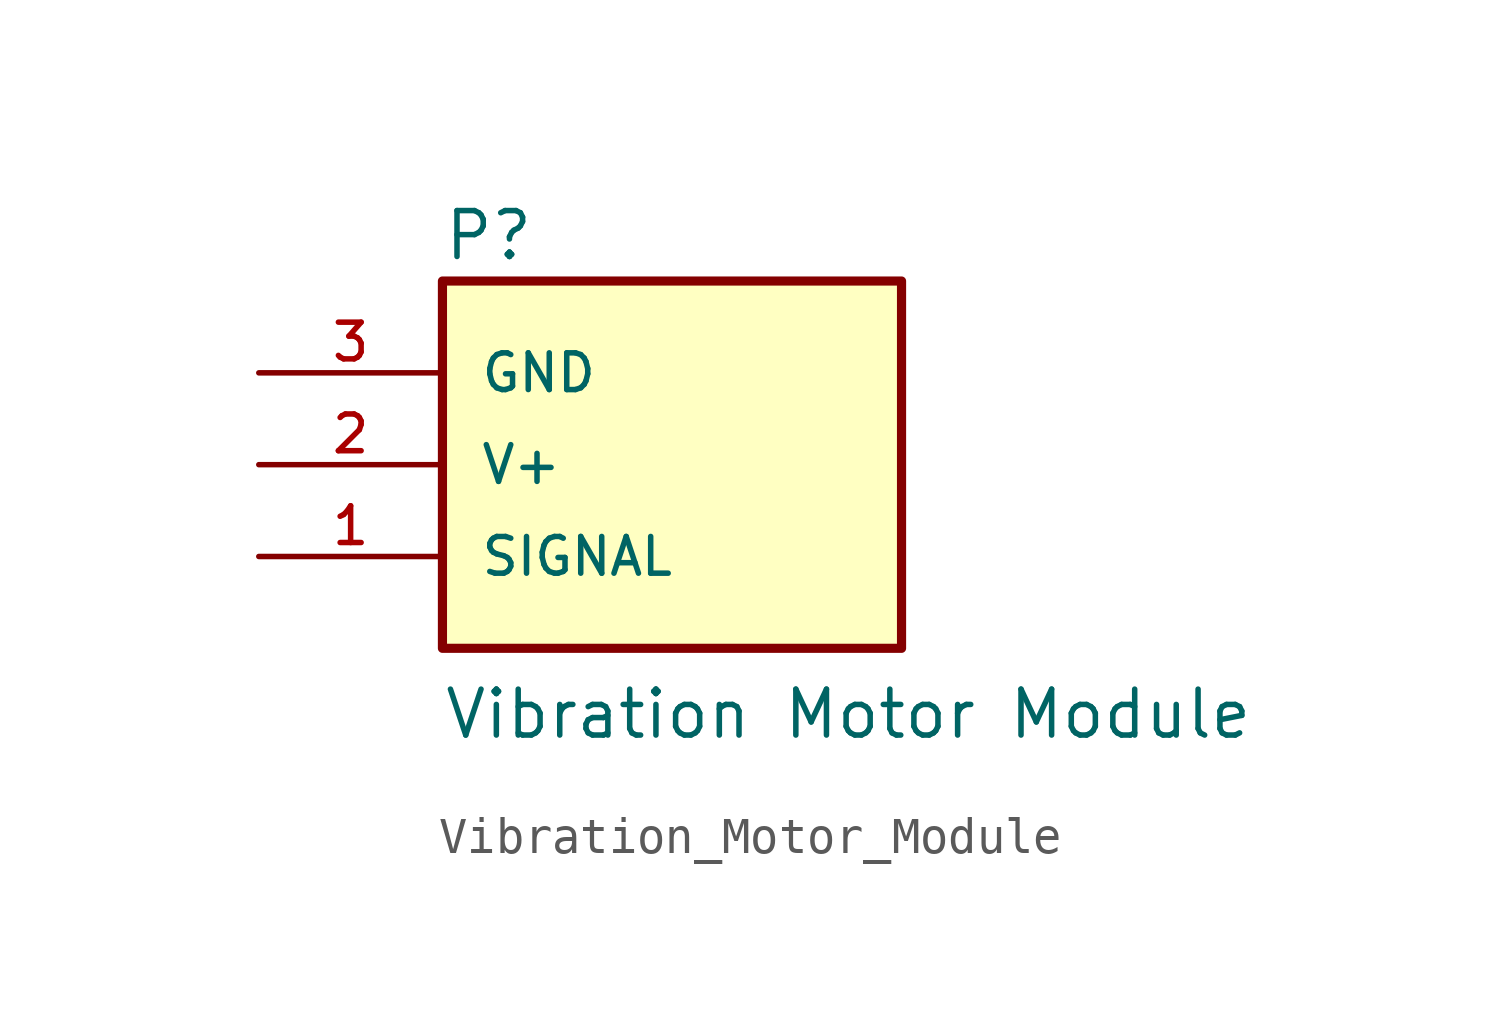
<source format=kicad_sym>
(kicad_symbol_lib
  (version 20231120)
  (generator "kicad_symbol_editor")
  (generator_version "8.0")
  (symbol "Vibration_Motor_Module"
    (pin_names
      (offset 1.016))
    (property "Reference" "P"
      (at 0 5.596 0)
      (effects (font (size 1.27 1.27)) (justify left bottom)))
    (property "Value" "Vibration Motor Module"
      (at 0 -7.643 0)
      (effects (font (size 1.27 1.27)) (justify left bottom)))
    (symbol "Vibration_Motor_Module_0_0"
      (rectangle (start 0 -5.08) (end 12.7 5.08) (stroke (width 0.254) (type default)) (fill (type background)))
      (pin bidirectional line (at -5.08 -2.54 0) (length 5.08) (name "SIGNAL" (effects (font (size 1.016 1.016)))) (number "1" (effects (font (size 1.016 1.016)))))
      (pin power_in line (at -5.08 0 0) (length 5.08) (name "V+" (effects (font (size 1.016 1.016)))) (number "2" (effects (font (size 1.016 1.016)))))
      (pin power_in line (at -5.08 2.54 0) (length 5.08) (name "GND" (effects (font (size 1.016 1.016)))) (number "3" (effects (font (size 1.016 1.016))))))))
</source>
